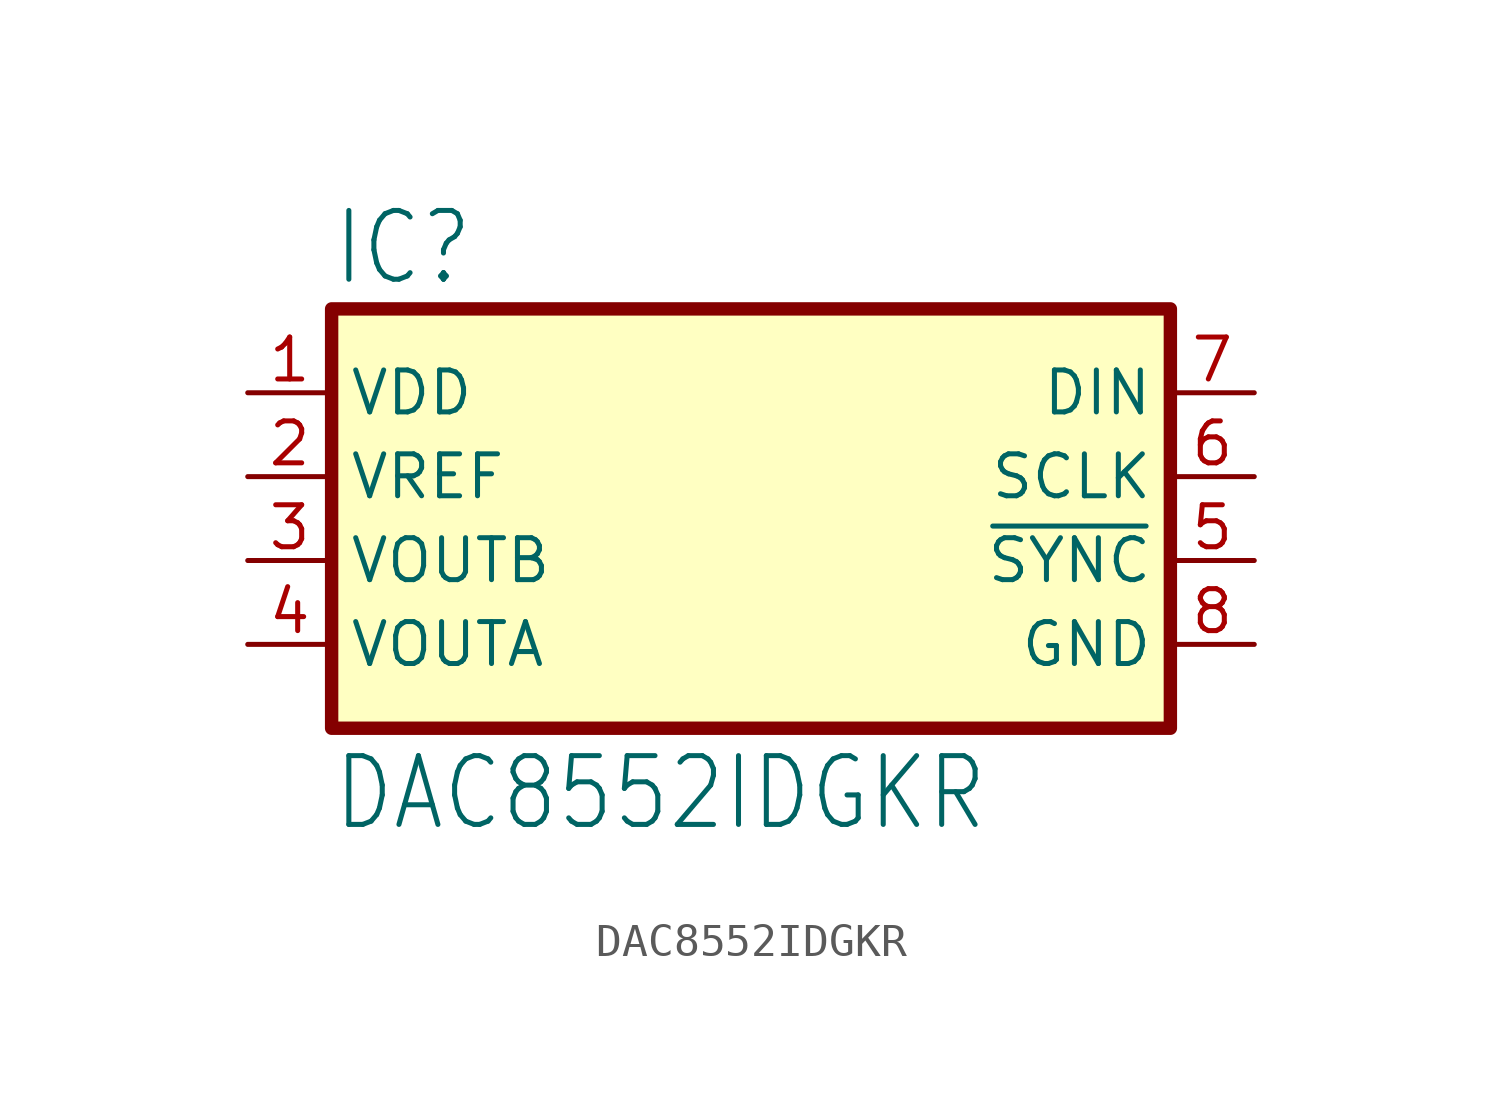
<source format=kicad_sym>
(kicad_symbol_lib
  (version 20220914)
  (generator kicad_symbol_editor)
  (symbol "DAC8552IDGKR"
    (property "Reference" "IC"
      (at -12.7 5.715 0)
      (effects (font (size 2.083 1.77)) (justify left bottom)))
    (property "Value" "DAC8552IDGKR"
      (at -12.7 -10.795 0)
      (effects (font (size 2.083 1.77)) (justify left bottom)))
    (symbol "DAC8552IDGKR_1_0"
      (pin power_in line (at -15.24 2.54 0) (length 2.54) (name "VDD" (effects (font (size 1.27 1.27)))) (number "1" (effects (font (size 1.27 1.27)))))
      (pin input line (at -15.24 0 0) (length 2.54) (name "VREF" (effects (font (size 1.27 1.27)))) (number "2" (effects (font (size 1.27 1.27)))))
      (pin output line (at -15.24 -2.54 0) (length 2.54) (name "VOUTB" (effects (font (size 1.27 1.27)))) (number "3" (effects (font (size 1.27 1.27)))))
      (pin output line (at -15.24 -5.08 0) (length 2.54) (name "VOUTA" (effects (font (size 1.27 1.27)))) (number "4" (effects (font (size 1.27 1.27)))))
      (pin input line (at 15.24 -2.54 180) (length 2.54) (name "~{SYNC}" (effects (font (size 1.27 1.27)))) (number "5" (effects (font (size 1.27 1.27)))))
      (pin input line (at 15.24 0 180) (length 2.54) (name "SCLK" (effects (font (size 1.27 1.27)))) (number "6" (effects (font (size 1.27 1.27)))))
      (pin input line (at 15.24 2.54 180) (length 2.54) (name "DIN" (effects (font (size 1.27 1.27)))) (number "7" (effects (font (size 1.27 1.27)))))
      (pin power_in line (at 15.24 -5.08 180) (length 2.54) (name "GND" (effects (font (size 1.27 1.27)))) (number "8" (effects (font (size 1.27 1.27))))))
    (symbol "DAC8552IDGKR_1_1"
      (rectangle (start -12.7 5.08) (end 12.7 -7.62) (stroke (width 0.406) (type default)) (fill (type background))))))
</source>
